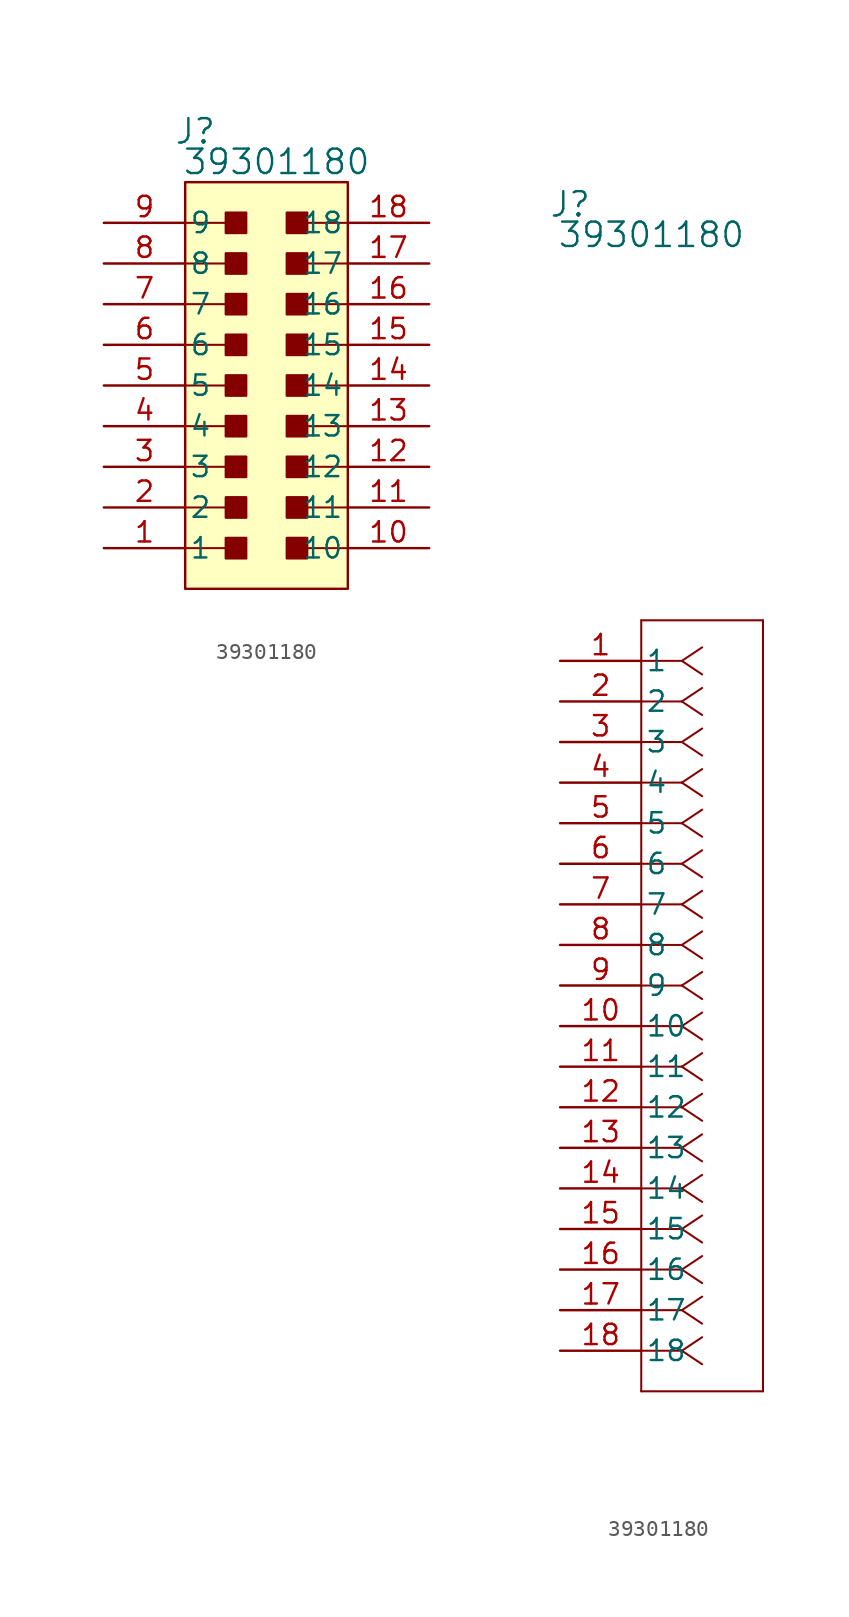
<source format=kicad_sym>
(kicad_symbol_lib
  (version 20231120)
  (generator "kicad_symbol_editor")
  (generator_version "8.0")
  (symbol "39301180"
    (pin_names
      (offset 0.254))
    (property "Reference" "J"
      (at 0.635 28.575 0)
      (effects (font (size 1.524 1.524))))
    (property "Value" "39301180"
      (at 5.715 26.67 0)
      (effects (font (size 1.524 1.524))))
    (property "ki_locked" ""
      (at 0 0 0)
      (effects (font (size 1.27 1.27))))
    (symbol "39301180_1_1"
      (polyline (pts (xy 2.54 2.54) (xy 0 2.54)) (stroke (width 0.127) (type default)) (fill (type none)))
      (polyline (pts (xy 2.54 5.08) (xy 0 5.08)) (stroke (width 0.127) (type default)) (fill (type none)))
      (polyline (pts (xy 2.54 7.62) (xy 0 7.62)) (stroke (width 0.127) (type default)) (fill (type none)))
      (polyline (pts (xy 2.54 10.16) (xy 0 10.16)) (stroke (width 0.127) (type default)) (fill (type none)))
      (polyline (pts (xy 2.54 12.7) (xy 0 12.7)) (stroke (width 0.127) (type default)) (fill (type none)))
      (polyline (pts (xy 2.54 15.24) (xy 0 15.24)) (stroke (width 0.127) (type default)) (fill (type none)))
      (polyline (pts (xy 2.54 17.78) (xy 0 17.78)) (stroke (width 0.127) (type default)) (fill (type none)))
      (polyline (pts (xy 2.54 20.32) (xy 0 20.32)) (stroke (width 0.127) (type default)) (fill (type none)))
      (polyline (pts (xy 2.54 22.86) (xy 0 22.86)) (stroke (width 0.127) (type default)) (fill (type none)))
      (polyline (pts (xy 7.62 2.54) (xy 10.16 2.54)) (stroke (width 0.127) (type default)) (fill (type none)))
      (polyline (pts (xy 7.62 5.08) (xy 10.16 5.08)) (stroke (width 0.127) (type default)) (fill (type none)))
      (polyline (pts (xy 7.62 7.62) (xy 10.16 7.62)) (stroke (width 0.127) (type default)) (fill (type none)))
      (polyline (pts (xy 7.62 10.16) (xy 10.16 10.16)) (stroke (width 0.127) (type default)) (fill (type none)))
      (polyline (pts (xy 7.62 12.7) (xy 10.16 12.7)) (stroke (width 0.127) (type default)) (fill (type none)))
      (polyline (pts (xy 7.62 15.24) (xy 10.16 15.24)) (stroke (width 0.127) (type default)) (fill (type none)))
      (polyline (pts (xy 7.62 17.78) (xy 10.16 17.78)) (stroke (width 0.127) (type default)) (fill (type none)))
      (polyline (pts (xy 7.62 20.32) (xy 10.16 20.32)) (stroke (width 0.127) (type default)) (fill (type none)))
      (polyline (pts (xy 7.62 22.86) (xy 10.16 22.86)) (stroke (width 0.127) (type default)) (fill (type none)))
      (rectangle (start 0 25.4) (end 10.16 0) (stroke (width 0) (type default)) (fill (type background)))
      (rectangle (start 2.54 3.175) (end 3.81 1.905) (stroke (width 0) (type default)) (fill (type outline)))
      (rectangle (start 2.54 5.715) (end 3.81 4.445) (stroke (width 0) (type default)) (fill (type outline)))
      (rectangle (start 2.54 8.255) (end 3.81 6.985) (stroke (width 0) (type default)) (fill (type outline)))
      (rectangle (start 2.54 10.795) (end 3.81 9.525) (stroke (width 0) (type default)) (fill (type outline)))
      (rectangle (start 2.54 13.335) (end 3.81 12.065) (stroke (width 0) (type default)) (fill (type outline)))
      (rectangle (start 2.54 15.875) (end 3.81 14.605) (stroke (width 0) (type default)) (fill (type outline)))
      (rectangle (start 2.54 18.415) (end 3.81 17.145) (stroke (width 0) (type default)) (fill (type outline)))
      (rectangle (start 2.54 20.955) (end 3.81 19.685) (stroke (width 0) (type default)) (fill (type outline)))
      (rectangle (start 2.54 23.495) (end 3.81 22.225) (stroke (width 0) (type default)) (fill (type outline)))
      (rectangle (start 6.35 13.335) (end 7.62 12.065) (stroke (width 0) (type default)) (fill (type outline)))
      (rectangle (start 7.62 1.905) (end 6.35 3.175) (stroke (width 0) (type default)) (fill (type outline)))
      (rectangle (start 7.62 4.445) (end 6.35 5.715) (stroke (width 0) (type default)) (fill (type outline)))
      (rectangle (start 7.62 6.985) (end 6.35 8.255) (stroke (width 0) (type default)) (fill (type outline)))
      (rectangle (start 7.62 9.525) (end 6.35 10.795) (stroke (width 0) (type default)) (fill (type outline)))
      (rectangle (start 7.62 14.605) (end 6.35 15.875) (stroke (width 0) (type default)) (fill (type outline)))
      (rectangle (start 7.62 17.145) (end 6.35 18.415) (stroke (width 0) (type default)) (fill (type outline)))
      (rectangle (start 7.62 19.685) (end 6.35 20.955) (stroke (width 0) (type default)) (fill (type outline)))
      (rectangle (start 7.62 22.225) (end 6.35 23.495) (stroke (width 0) (type default)) (fill (type outline)))
      (pin unspecified line (at -5.08 2.54 0) (length 5.08) (name "1" (effects (font (size 1.27 1.27)))) (number "1" (effects (font (size 1.27 1.27)))))
      (pin unspecified line (at 15.24 2.54 180) (length 5.08) (name "10" (effects (font (size 1.27 1.27)))) (number "10" (effects (font (size 1.27 1.27)))))
      (pin unspecified line (at 15.24 5.08 180) (length 5.08) (name "11" (effects (font (size 1.27 1.27)))) (number "11" (effects (font (size 1.27 1.27)))))
      (pin unspecified line (at 15.24 7.62 180) (length 5.08) (name "12" (effects (font (size 1.27 1.27)))) (number "12" (effects (font (size 1.27 1.27)))))
      (pin unspecified line (at 15.24 10.16 180) (length 5.08) (name "13" (effects (font (size 1.27 1.27)))) (number "13" (effects (font (size 1.27 1.27)))))
      (pin unspecified line (at 15.24 12.7 180) (length 5.08) (name "14" (effects (font (size 1.27 1.27)))) (number "14" (effects (font (size 1.27 1.27)))))
      (pin unspecified line (at 15.24 15.24 180) (length 5.08) (name "15" (effects (font (size 1.27 1.27)))) (number "15" (effects (font (size 1.27 1.27)))))
      (pin unspecified line (at 15.24 17.78 180) (length 5.08) (name "16" (effects (font (size 1.27 1.27)))) (number "16" (effects (font (size 1.27 1.27)))))
      (pin unspecified line (at 15.24 20.32 180) (length 5.08) (name "17" (effects (font (size 1.27 1.27)))) (number "17" (effects (font (size 1.27 1.27)))))
      (pin unspecified line (at 15.24 22.86 180) (length 5.08) (name "18" (effects (font (size 1.27 1.27)))) (number "18" (effects (font (size 1.27 1.27)))))
      (pin unspecified line (at -5.08 5.08 0) (length 5.08) (name "2" (effects (font (size 1.27 1.27)))) (number "2" (effects (font (size 1.27 1.27)))))
      (pin unspecified line (at -5.08 7.62 0) (length 5.08) (name "3" (effects (font (size 1.27 1.27)))) (number "3" (effects (font (size 1.27 1.27)))))
      (pin unspecified line (at -5.08 10.16 0) (length 5.08) (name "4" (effects (font (size 1.27 1.27)))) (number "4" (effects (font (size 1.27 1.27)))))
      (pin unspecified line (at -5.08 12.7 0) (length 5.08) (name "5" (effects (font (size 1.27 1.27)))) (number "5" (effects (font (size 1.27 1.27)))))
      (pin unspecified line (at -5.08 15.24 0) (length 5.08) (name "6" (effects (font (size 1.27 1.27)))) (number "6" (effects (font (size 1.27 1.27)))))
      (pin unspecified line (at -5.08 17.78 0) (length 5.08) (name "7" (effects (font (size 1.27 1.27)))) (number "7" (effects (font (size 1.27 1.27)))))
      (pin unspecified line (at -5.08 20.32 0) (length 5.08) (name "8" (effects (font (size 1.27 1.27)))) (number "8" (effects (font (size 1.27 1.27)))))
      (pin unspecified line (at -5.08 22.86 0) (length 5.08) (name "9" (effects (font (size 1.27 1.27)))) (number "9" (effects (font (size 1.27 1.27))))))
    (symbol "39301180_1_2"
      (polyline (pts (xy 5.08 -45.72) (xy 12.7 -45.72)) (stroke (width 0.127) (type default)) (fill (type none)))
      (polyline (pts (xy 5.08 2.54) (xy 5.08 -45.72)) (stroke (width 0.127) (type default)) (fill (type none)))
      (polyline (pts (xy 7.62 -43.18) (xy 5.08 -43.18)) (stroke (width 0.127) (type default)) (fill (type none)))
      (polyline (pts (xy 7.62 -43.18) (xy 8.89 -44.027)) (stroke (width 0.127) (type default)) (fill (type none)))
      (polyline (pts (xy 7.62 -43.18) (xy 8.89 -42.333)) (stroke (width 0.127) (type default)) (fill (type none)))
      (polyline (pts (xy 7.62 -40.64) (xy 5.08 -40.64)) (stroke (width 0.127) (type default)) (fill (type none)))
      (polyline (pts (xy 7.62 -40.64) (xy 8.89 -41.487)) (stroke (width 0.127) (type default)) (fill (type none)))
      (polyline (pts (xy 7.62 -40.64) (xy 8.89 -39.793)) (stroke (width 0.127) (type default)) (fill (type none)))
      (polyline (pts (xy 7.62 -38.1) (xy 5.08 -38.1)) (stroke (width 0.127) (type default)) (fill (type none)))
      (polyline (pts (xy 7.62 -38.1) (xy 8.89 -38.947)) (stroke (width 0.127) (type default)) (fill (type none)))
      (polyline (pts (xy 7.62 -38.1) (xy 8.89 -37.253)) (stroke (width 0.127) (type default)) (fill (type none)))
      (polyline (pts (xy 7.62 -35.56) (xy 5.08 -35.56)) (stroke (width 0.127) (type default)) (fill (type none)))
      (polyline (pts (xy 7.62 -35.56) (xy 8.89 -36.407)) (stroke (width 0.127) (type default)) (fill (type none)))
      (polyline (pts (xy 7.62 -35.56) (xy 8.89 -34.713)) (stroke (width 0.127) (type default)) (fill (type none)))
      (polyline (pts (xy 7.62 -33.02) (xy 5.08 -33.02)) (stroke (width 0.127) (type default)) (fill (type none)))
      (polyline (pts (xy 7.62 -33.02) (xy 8.89 -33.867)) (stroke (width 0.127) (type default)) (fill (type none)))
      (polyline (pts (xy 7.62 -33.02) (xy 8.89 -32.173)) (stroke (width 0.127) (type default)) (fill (type none)))
      (polyline (pts (xy 7.62 -30.48) (xy 5.08 -30.48)) (stroke (width 0.127) (type default)) (fill (type none)))
      (polyline (pts (xy 7.62 -30.48) (xy 8.89 -31.327)) (stroke (width 0.127) (type default)) (fill (type none)))
      (polyline (pts (xy 7.62 -30.48) (xy 8.89 -29.633)) (stroke (width 0.127) (type default)) (fill (type none)))
      (polyline (pts (xy 7.62 -27.94) (xy 5.08 -27.94)) (stroke (width 0.127) (type default)) (fill (type none)))
      (polyline (pts (xy 7.62 -27.94) (xy 8.89 -28.787)) (stroke (width 0.127) (type default)) (fill (type none)))
      (polyline (pts (xy 7.62 -27.94) (xy 8.89 -27.093)) (stroke (width 0.127) (type default)) (fill (type none)))
      (polyline (pts (xy 7.62 -25.4) (xy 5.08 -25.4)) (stroke (width 0.127) (type default)) (fill (type none)))
      (polyline (pts (xy 7.62 -25.4) (xy 8.89 -26.247)) (stroke (width 0.127) (type default)) (fill (type none)))
      (polyline (pts (xy 7.62 -25.4) (xy 8.89 -24.553)) (stroke (width 0.127) (type default)) (fill (type none)))
      (polyline (pts (xy 7.62 -22.86) (xy 5.08 -22.86)) (stroke (width 0.127) (type default)) (fill (type none)))
      (polyline (pts (xy 7.62 -22.86) (xy 8.89 -23.707)) (stroke (width 0.127) (type default)) (fill (type none)))
      (polyline (pts (xy 7.62 -22.86) (xy 8.89 -22.013)) (stroke (width 0.127) (type default)) (fill (type none)))
      (polyline (pts (xy 7.62 -20.32) (xy 5.08 -20.32)) (stroke (width 0.127) (type default)) (fill (type none)))
      (polyline (pts (xy 7.62 -20.32) (xy 8.89 -21.167)) (stroke (width 0.127) (type default)) (fill (type none)))
      (polyline (pts (xy 7.62 -20.32) (xy 8.89 -19.473)) (stroke (width 0.127) (type default)) (fill (type none)))
      (polyline (pts (xy 7.62 -17.78) (xy 5.08 -17.78)) (stroke (width 0.127) (type default)) (fill (type none)))
      (polyline (pts (xy 7.62 -17.78) (xy 8.89 -18.627)) (stroke (width 0.127) (type default)) (fill (type none)))
      (polyline (pts (xy 7.62 -17.78) (xy 8.89 -16.933)) (stroke (width 0.127) (type default)) (fill (type none)))
      (polyline (pts (xy 7.62 -15.24) (xy 5.08 -15.24)) (stroke (width 0.127) (type default)) (fill (type none)))
      (polyline (pts (xy 7.62 -15.24) (xy 8.89 -16.087)) (stroke (width 0.127) (type default)) (fill (type none)))
      (polyline (pts (xy 7.62 -15.24) (xy 8.89 -14.393)) (stroke (width 0.127) (type default)) (fill (type none)))
      (polyline (pts (xy 7.62 -12.7) (xy 5.08 -12.7)) (stroke (width 0.127) (type default)) (fill (type none)))
      (polyline (pts (xy 7.62 -12.7) (xy 8.89 -13.547)) (stroke (width 0.127) (type default)) (fill (type none)))
      (polyline (pts (xy 7.62 -12.7) (xy 8.89 -11.853)) (stroke (width 0.127) (type default)) (fill (type none)))
      (polyline (pts (xy 7.62 -10.16) (xy 5.08 -10.16)) (stroke (width 0.127) (type default)) (fill (type none)))
      (polyline (pts (xy 7.62 -10.16) (xy 8.89 -11.007)) (stroke (width 0.127) (type default)) (fill (type none)))
      (polyline (pts (xy 7.62 -10.16) (xy 8.89 -9.313)) (stroke (width 0.127) (type default)) (fill (type none)))
      (polyline (pts (xy 7.62 -7.62) (xy 5.08 -7.62)) (stroke (width 0.127) (type default)) (fill (type none)))
      (polyline (pts (xy 7.62 -7.62) (xy 8.89 -8.467)) (stroke (width 0.127) (type default)) (fill (type none)))
      (polyline (pts (xy 7.62 -7.62) (xy 8.89 -6.773)) (stroke (width 0.127) (type default)) (fill (type none)))
      (polyline (pts (xy 7.62 -5.08) (xy 5.08 -5.08)) (stroke (width 0.127) (type default)) (fill (type none)))
      (polyline (pts (xy 7.62 -5.08) (xy 8.89 -5.927)) (stroke (width 0.127) (type default)) (fill (type none)))
      (polyline (pts (xy 7.62 -5.08) (xy 8.89 -4.233)) (stroke (width 0.127) (type default)) (fill (type none)))
      (polyline (pts (xy 7.62 -2.54) (xy 5.08 -2.54)) (stroke (width 0.127) (type default)) (fill (type none)))
      (polyline (pts (xy 7.62 -2.54) (xy 8.89 -3.387)) (stroke (width 0.127) (type default)) (fill (type none)))
      (polyline (pts (xy 7.62 -2.54) (xy 8.89 -1.693)) (stroke (width 0.127) (type default)) (fill (type none)))
      (polyline (pts (xy 7.62 0) (xy 5.08 0)) (stroke (width 0.127) (type default)) (fill (type none)))
      (polyline (pts (xy 7.62 0) (xy 8.89 -0.847)) (stroke (width 0.127) (type default)) (fill (type none)))
      (polyline (pts (xy 7.62 0) (xy 8.89 0.847)) (stroke (width 0.127) (type default)) (fill (type none)))
      (polyline (pts (xy 12.7 -45.72) (xy 12.7 2.54)) (stroke (width 0.127) (type default)) (fill (type none)))
      (polyline (pts (xy 12.7 2.54) (xy 5.08 2.54)) (stroke (width 0.127) (type default)) (fill (type none)))
      (pin unspecified line (at 0 0 0) (length 5.08) (name "1" (effects (font (size 1.27 1.27)))) (number "1" (effects (font (size 1.27 1.27)))))
      (pin unspecified line (at 0 -22.86 0) (length 5.08) (name "10" (effects (font (size 1.27 1.27)))) (number "10" (effects (font (size 1.27 1.27)))))
      (pin unspecified line (at 0 -25.4 0) (length 5.08) (name "11" (effects (font (size 1.27 1.27)))) (number "11" (effects (font (size 1.27 1.27)))))
      (pin unspecified line (at 0 -27.94 0) (length 5.08) (name "12" (effects (font (size 1.27 1.27)))) (number "12" (effects (font (size 1.27 1.27)))))
      (pin unspecified line (at 0 -30.48 0) (length 5.08) (name "13" (effects (font (size 1.27 1.27)))) (number "13" (effects (font (size 1.27 1.27)))))
      (pin unspecified line (at 0 -33.02 0) (length 5.08) (name "14" (effects (font (size 1.27 1.27)))) (number "14" (effects (font (size 1.27 1.27)))))
      (pin unspecified line (at 0 -35.56 0) (length 5.08) (name "15" (effects (font (size 1.27 1.27)))) (number "15" (effects (font (size 1.27 1.27)))))
      (pin unspecified line (at 0 -38.1 0) (length 5.08) (name "16" (effects (font (size 1.27 1.27)))) (number "16" (effects (font (size 1.27 1.27)))))
      (pin unspecified line (at 0 -40.64 0) (length 5.08) (name "17" (effects (font (size 1.27 1.27)))) (number "17" (effects (font (size 1.27 1.27)))))
      (pin unspecified line (at 0 -43.18 0) (length 5.08) (name "18" (effects (font (size 1.27 1.27)))) (number "18" (effects (font (size 1.27 1.27)))))
      (pin unspecified line (at 0 -2.54 0) (length 5.08) (name "2" (effects (font (size 1.27 1.27)))) (number "2" (effects (font (size 1.27 1.27)))))
      (pin unspecified line (at 0 -5.08 0) (length 5.08) (name "3" (effects (font (size 1.27 1.27)))) (number "3" (effects (font (size 1.27 1.27)))))
      (pin unspecified line (at 0 -7.62 0) (length 5.08) (name "4" (effects (font (size 1.27 1.27)))) (number "4" (effects (font (size 1.27 1.27)))))
      (pin unspecified line (at 0 -10.16 0) (length 5.08) (name "5" (effects (font (size 1.27 1.27)))) (number "5" (effects (font (size 1.27 1.27)))))
      (pin unspecified line (at 0 -12.7 0) (length 5.08) (name "6" (effects (font (size 1.27 1.27)))) (number "6" (effects (font (size 1.27 1.27)))))
      (pin unspecified line (at 0 -15.24 0) (length 5.08) (name "7" (effects (font (size 1.27 1.27)))) (number "7" (effects (font (size 1.27 1.27)))))
      (pin unspecified line (at 0 -17.78 0) (length 5.08) (name "8" (effects (font (size 1.27 1.27)))) (number "8" (effects (font (size 1.27 1.27)))))
      (pin unspecified line (at 0 -20.32 0) (length 5.08) (name "9" (effects (font (size 1.27 1.27)))) (number "9" (effects (font (size 1.27 1.27))))))))
</source>
